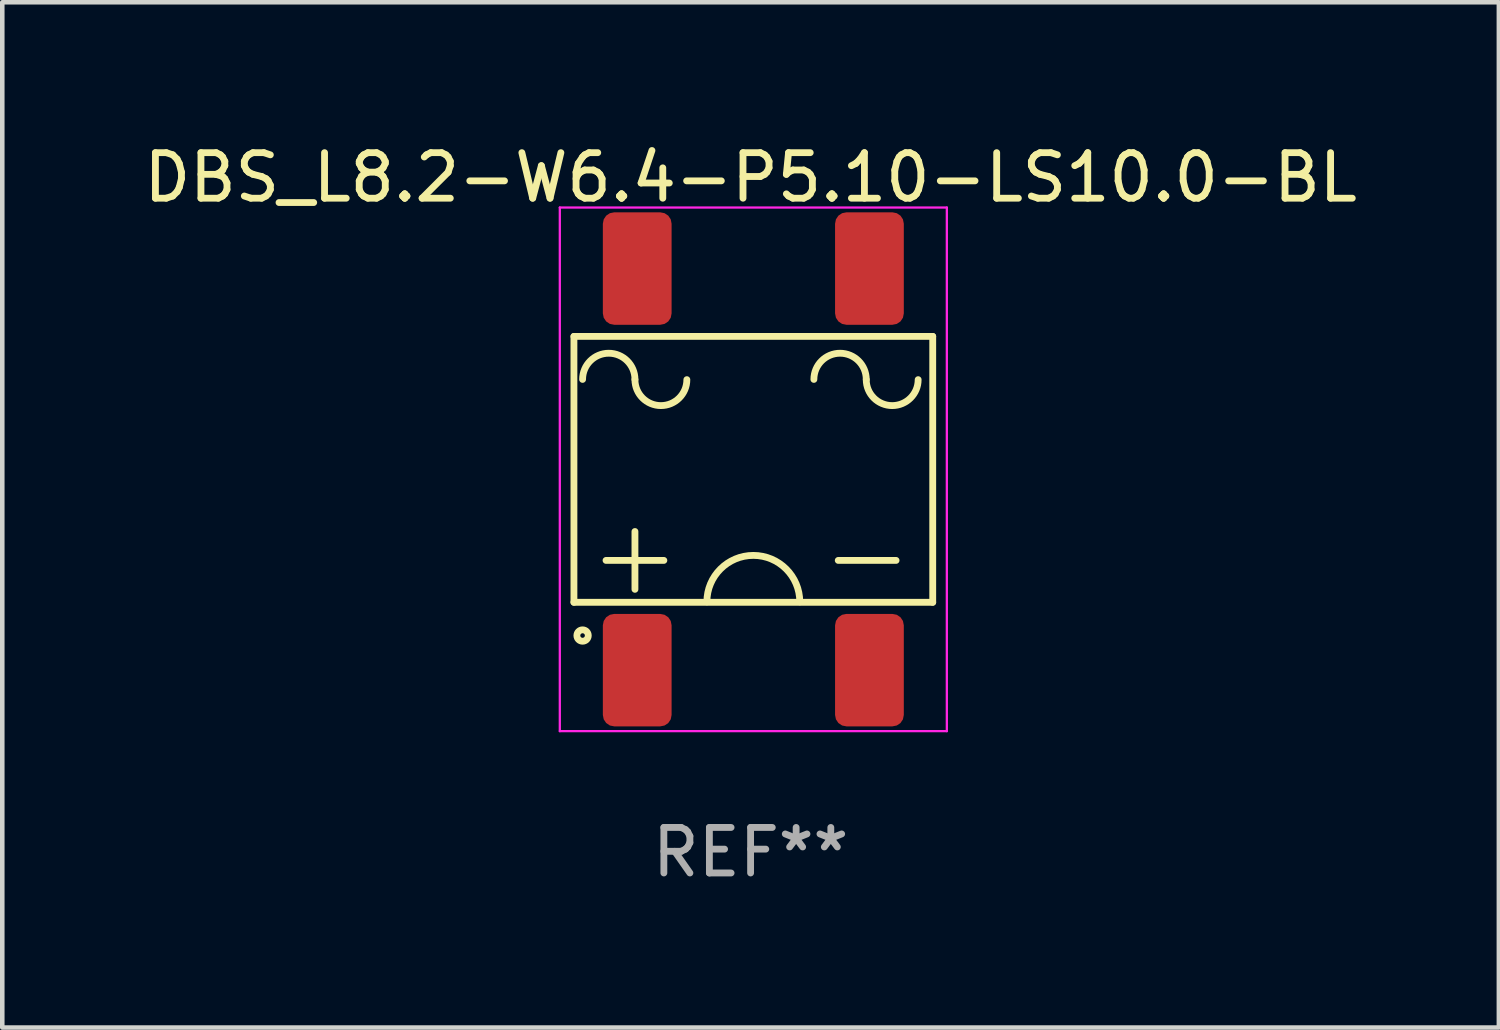
<source format=kicad_pcb>
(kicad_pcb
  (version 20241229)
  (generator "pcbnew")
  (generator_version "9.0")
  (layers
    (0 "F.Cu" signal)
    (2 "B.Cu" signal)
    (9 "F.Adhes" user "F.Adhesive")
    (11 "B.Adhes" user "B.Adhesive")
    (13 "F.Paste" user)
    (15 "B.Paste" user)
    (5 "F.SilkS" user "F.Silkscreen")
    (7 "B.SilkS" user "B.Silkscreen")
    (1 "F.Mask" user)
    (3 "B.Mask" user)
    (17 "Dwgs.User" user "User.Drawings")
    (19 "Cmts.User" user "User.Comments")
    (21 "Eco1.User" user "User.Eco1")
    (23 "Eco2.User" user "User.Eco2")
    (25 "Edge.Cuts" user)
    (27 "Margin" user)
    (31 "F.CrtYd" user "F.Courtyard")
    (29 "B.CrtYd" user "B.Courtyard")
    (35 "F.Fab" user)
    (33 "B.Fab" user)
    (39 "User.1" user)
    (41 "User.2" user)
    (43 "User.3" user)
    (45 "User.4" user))
  (footprint "DBS_L8.2-W6.4-P5.10-LS10.0-BL"
    (layer "F.Cu")
    (at 13.495 7.258)
    (property "Reference" "DBS_L8.2-W6.4-P5.10-LS10.0-BL" (at -0.06 -6.41 0) (layer "F.SilkS") (effects (font (size 1 1) (thickness 0.15))))
    (attr smd)
    (fp_line (start -3.94 -2.92) (end -3.94 2.92) (stroke (width 0.15) (type solid)) (layer "F.SilkS"))
    (fp_line (start -3.94 2.92) (end 3.94 2.92) (stroke (width 0.15) (type solid)) (layer "F.SilkS"))
    (fp_line (start -2.6 1.365) (end -2.6 2.635) (stroke (width 0.15) (type solid)) (layer "F.SilkS"))
    (fp_line (start -1.965 2) (end -3.235 2) (stroke (width 0.15) (type solid)) (layer "F.SilkS"))
    (fp_line (start 3.135 2) (end 1.865 2) (stroke (width 0.15) (type solid)) (layer "F.SilkS"))
    (fp_line (start 3.94 -2.92) (end -3.94 -2.92) (stroke (width 0.15) (type solid)) (layer "F.SilkS"))
    (fp_line (start 3.94 2.92) (end 3.94 -2.92) (stroke (width 0.15) (type solid)) (layer "F.SilkS"))
    (fp_arc (start -3.75 -1.975) (mid -3.175 -2.55) (end -2.6 -1.975) (stroke (width 0.15) (type solid)) (layer "F.SilkS"))
    (fp_arc (start -1.46 -1.97) (mid -2.03 -1.4) (end -2.6 -1.97) (stroke (width 0.15) (type solid)) (layer "F.SilkS"))
    (fp_arc (start -1.02 2.91) (mid 0 1.89) (end 1.02 2.91) (stroke (width 0.15) (type solid)) (layer "F.SilkS"))
    (fp_arc (start 1.33 -1.975) (mid 1.905 -2.55) (end 2.48 -1.975) (stroke (width 0.15) (type solid)) (layer "F.SilkS"))
    (fp_arc (start 3.62 -1.97) (mid 3.05 -1.4) (end 2.48 -1.97) (stroke (width 0.15) (type solid)) (layer "F.SilkS"))
    (fp_circle (center -3.75 3.65) (end -3.7 3.65) (stroke (width 0.15) (type solid)) (fill no) (layer "F.SilkS"))
    (fp_line (start -4.25 -5.75) (end 4.25 -5.75) (stroke (width 0.05) (type default)) (layer "F.CrtYd"))
    (fp_line (start -4.25 5.75) (end -4.25 -5.75) (stroke (width 0.05) (type default)) (layer "F.CrtYd"))
    (fp_line (start 4.25 -5.75) (end 4.25 5.75) (stroke (width 0.05) (type default)) (layer "F.CrtYd"))
    (fp_line (start 4.25 5.75) (end -4.25 5.75) (stroke (width 0.05) (type default)) (layer "F.CrtYd"))
    (fp_text user "REF**" (at -0.06 8.41 0) (layer "F.Fab") (effects (font (size 1 1) (thickness 0.15))))
    (pad "1" smd roundrect (at -2.55 4.41 180) (size 1.51 2.47) (layers "F.Cu" "F.Mask" "F.Paste") (roundrect_rratio 0.166))
    (pad "2" smd roundrect (at 2.55 4.41 180) (size 1.51 2.47) (layers "F.Cu" "F.Mask" "F.Paste") (roundrect_rratio 0.166))
    (pad "3" smd roundrect (at 2.55 -4.41 180) (size 1.51 2.47) (layers "F.Cu" "F.Mask" "F.Paste") (roundrect_rratio 0.166))
    (pad "4" smd roundrect (at -2.55 -4.41 180) (size 1.51 2.47) (layers "F.Cu" "F.Mask" "F.Paste") (roundrect_rratio 0.166)))
  (gr_rect
    (start -3 -3)
    (end 29.869 19.517)
    (stroke (width 0.1) (type default))
    (fill no)
    (layer "Edge.Cuts")))
</source>
